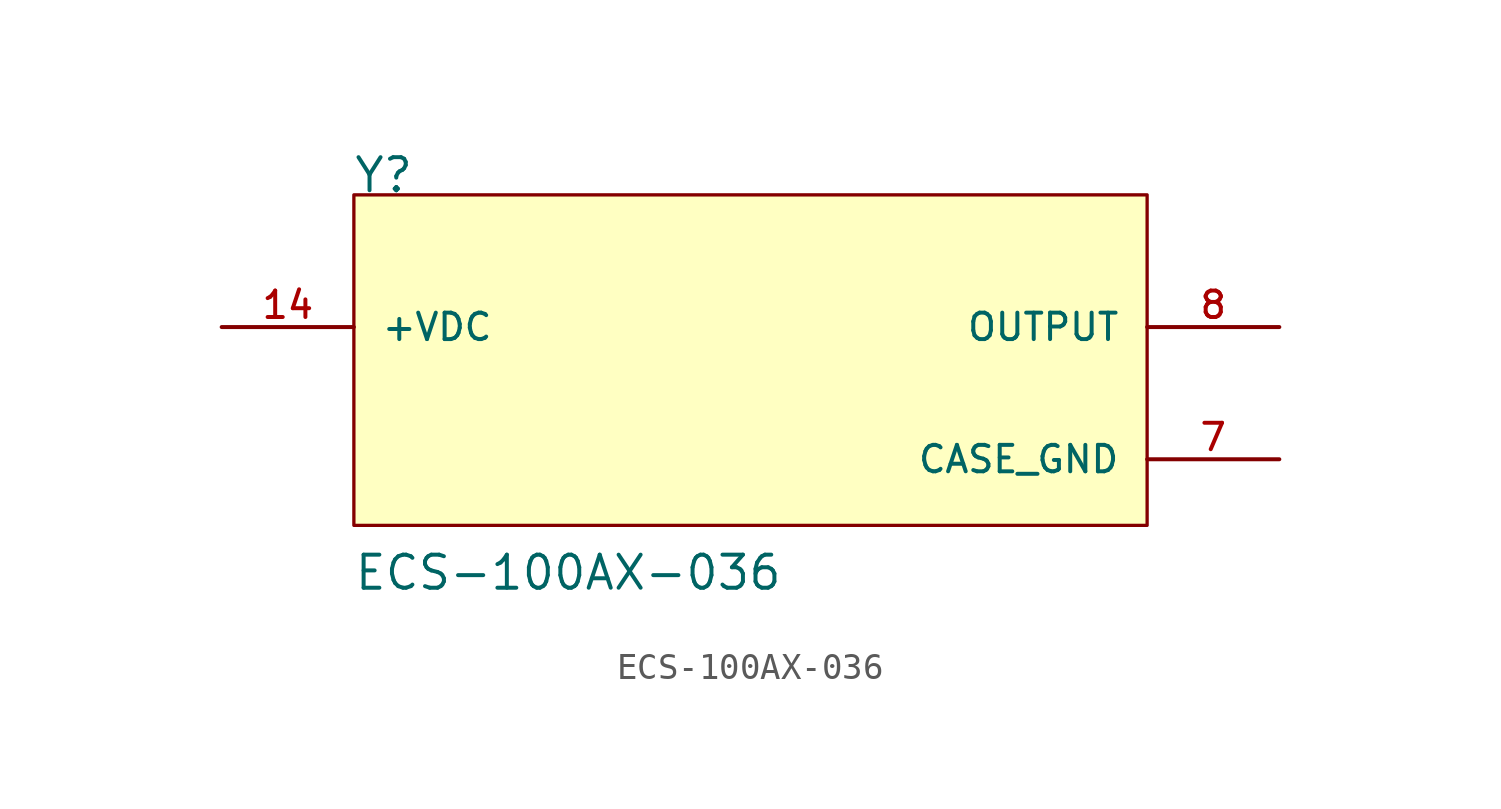
<source format=kicad_sym>
(kicad_symbol_lib
  (version 20211014)
  (generator kicad_symbol_editor)
  (symbol "ECS-100AX-036"
    (pin_names
      (offset 1.016))
    (property "Reference" "Y"
      (at -15.283 5.094 0)
      (effects (font (size 1.27 1.27)) (justify bottom left)))
    (property "Value" "ECS-100AX-036"
      (at -15.268 -10.179 0)
      (effects (font (size 1.27 1.27)) (justify bottom left)))
    (symbol "ECS-100AX-036_0_0"
      (rectangle (start -15.24 -7.62) (end 15.24 5.08) (stroke (width 0.127)) (fill (type background)))
      (pin input line (at -20.32 0.0 0) (length 5.08) (name "+VDC" (effects (font (size 1.016 1.016)))) (number "14" (effects (font (size 1.016 1.016)))))
      (pin output line (at 20.32 0.0 180.0) (length 5.08) (name "OUTPUT" (effects (font (size 1.016 1.016)))) (number "8" (effects (font (size 1.016 1.016)))))
      (pin power_in line (at 20.32 -5.08 180.0) (length 5.08) (name "CASE_GND" (effects (font (size 1.016 1.016)))) (number "7" (effects (font (size 1.016 1.016))))))))
</source>
